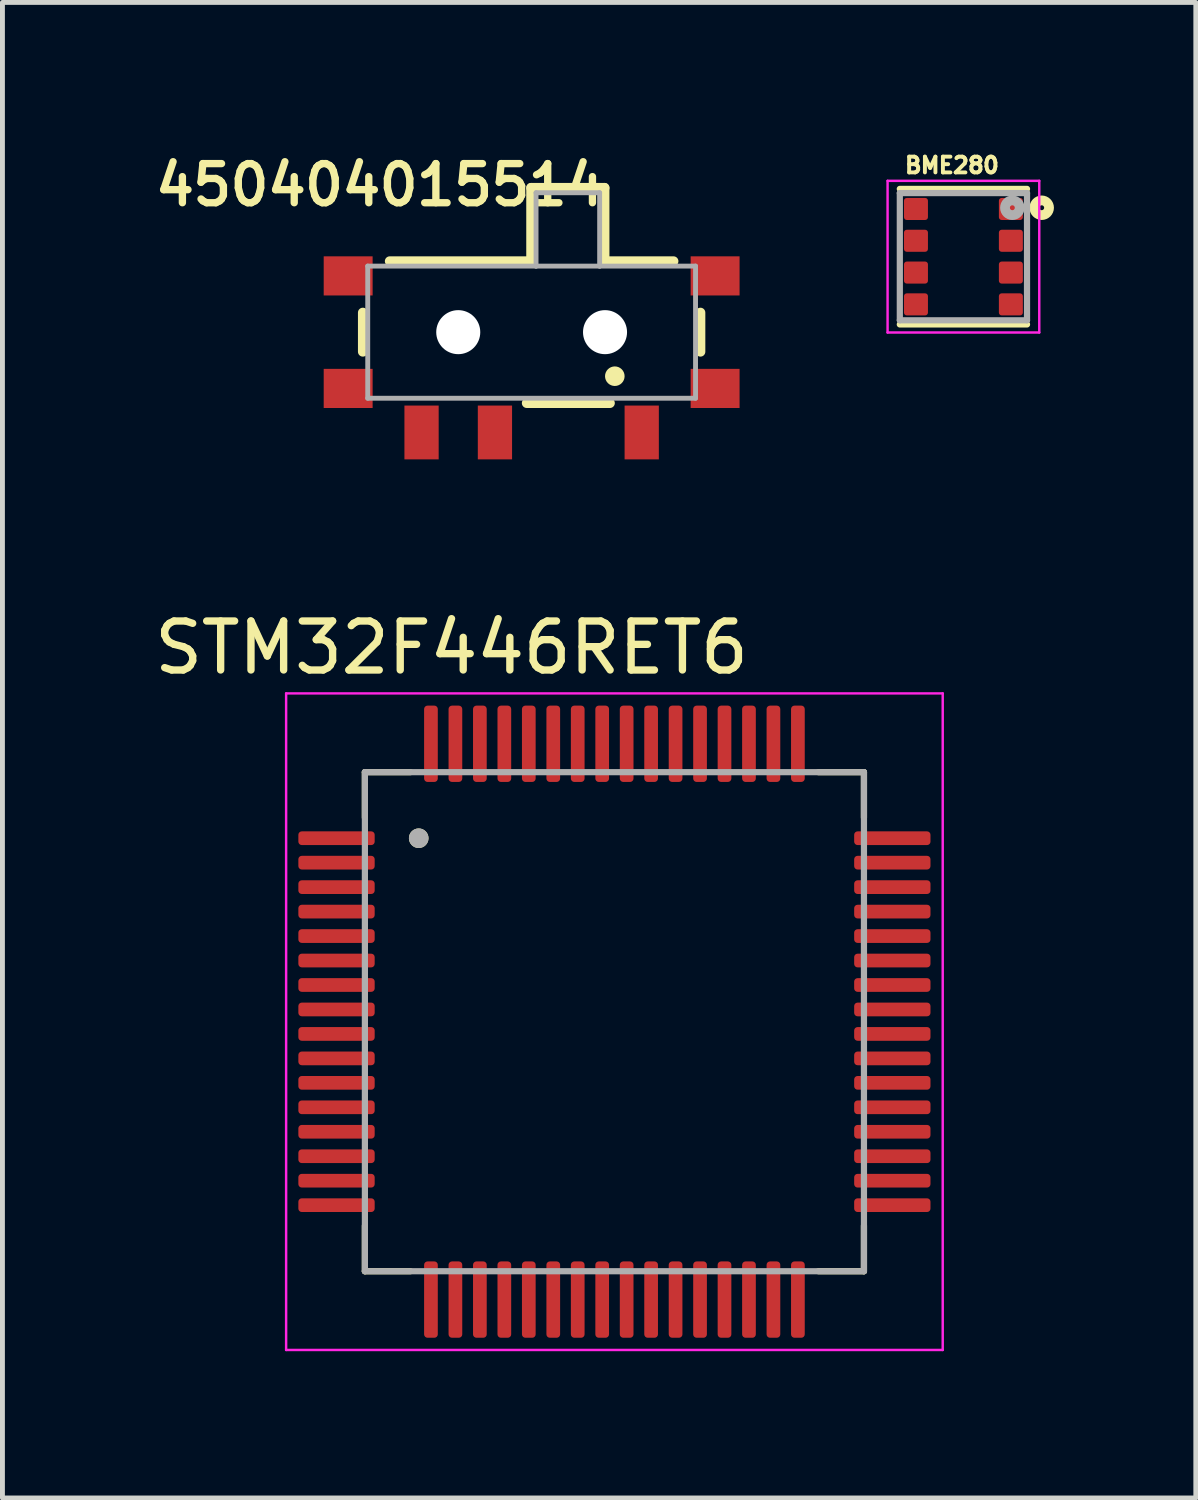
<source format=kicad_pcb>
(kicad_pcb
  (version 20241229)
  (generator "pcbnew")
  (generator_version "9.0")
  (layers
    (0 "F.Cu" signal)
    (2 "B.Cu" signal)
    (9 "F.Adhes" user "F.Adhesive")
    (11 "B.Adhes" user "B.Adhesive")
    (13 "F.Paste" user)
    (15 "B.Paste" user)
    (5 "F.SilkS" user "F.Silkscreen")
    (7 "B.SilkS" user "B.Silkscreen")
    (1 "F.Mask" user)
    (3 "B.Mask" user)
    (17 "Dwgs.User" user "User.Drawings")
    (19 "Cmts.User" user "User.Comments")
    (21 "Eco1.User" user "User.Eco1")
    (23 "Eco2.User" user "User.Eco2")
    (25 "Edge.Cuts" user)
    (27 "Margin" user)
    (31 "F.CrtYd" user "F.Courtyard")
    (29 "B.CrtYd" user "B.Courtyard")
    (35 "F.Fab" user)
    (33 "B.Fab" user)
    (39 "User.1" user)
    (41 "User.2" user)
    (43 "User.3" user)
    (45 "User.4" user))
  (footprint "450404015514"
    (layer "F.Cu")
    (at 7.816 3.739)
    (property "Reference" "450404015514" (at -3.1 -3.008 0) (layer "F.SilkS") (effects (font (size 0.8 0.8) (thickness 0.15))))
    (attr smd)
    (fp_line (start -3.45 -0.4) (end -3.45 0.4) (stroke (width 0.2) (type solid)) (layer "F.SilkS"))
    (fp_line (start -2.9 -1.45) (end -0.01 -1.45) (stroke (width 0.2) (type solid)) (layer "F.SilkS"))
    (fp_line (start -0.1 1.45) (end 1.6 1.45) (stroke (width 0.2) (type solid)) (layer "F.SilkS"))
    (fp_line (start -0.01 -2.95) (end 1.49 -2.95) (stroke (width 0.2) (type solid)) (layer "F.SilkS"))
    (fp_line (start -0.01 -1.45) (end -0.01 -2.95) (stroke (width 0.2) (type solid)) (layer "F.SilkS"))
    (fp_line (start 1.49 -2.95) (end 1.49 -1.45) (stroke (width 0.2) (type solid)) (layer "F.SilkS"))
    (fp_line (start 1.49 -1.45) (end 2.9 -1.45) (stroke (width 0.2) (type solid)) (layer "F.SilkS"))
    (fp_line (start 3.45 0.4) (end 3.45 -0.4) (stroke (width 0.2) (type solid)) (layer "F.SilkS"))
    (fp_circle (center 1.7 0.9) (end 1.8 0.9) (stroke (width 0.2) (type solid)) (fill no) (layer "F.SilkS"))
    (fp_line (start -3.35 -1.35) (end 0.09 -1.35) (stroke (width 0.1) (type solid)) (layer "F.Fab"))
    (fp_line (start -3.35 1.35) (end -3.35 -1.35) (stroke (width 0.1) (type solid)) (layer "F.Fab"))
    (fp_line (start 0.09 -2.85) (end 1.39 -2.85) (stroke (width 0.1) (type solid)) (layer "F.Fab"))
    (fp_line (start 0.09 -1.35) (end 0.09 -2.85) (stroke (width 0.1) (type solid)) (layer "F.Fab"))
    (fp_line (start 0.09 -1.35) (end 1.39 -1.35) (stroke (width 0.1) (type solid)) (layer "F.Fab"))
    (fp_line (start 1.39 -2.85) (end 1.39 -1.35) (stroke (width 0.1) (type solid)) (layer "F.Fab"))
    (fp_line (start 1.39 -1.35) (end 3.35 -1.35) (stroke (width 0.1) (type solid)) (layer "F.Fab"))
    (fp_line (start 3.35 -1.35) (end 3.35 1.35) (stroke (width 0.1) (type solid)) (layer "F.Fab"))
    (fp_line (start 3.35 1.35) (end -3.35 1.35) (stroke (width 0.1) (type solid)) (layer "F.Fab"))
    (pad "" np_thru_hole circle (at -1.5 0) (size 0.9 0.9) (drill 0.9) (layers "*.Cu" "*.Mask"))
    (pad "" np_thru_hole circle (at 1.5 0) (size 0.9 0.9) (drill 0.9) (layers "*.Cu" "*.Mask"))
    (pad "1" smd rect (at 2.25 2.05) (size 0.7 1.1) (layers "F.Cu" "F.Mask" "F.Paste"))
    (pad "2" smd rect (at -0.75 2.05) (size 0.7 1.1) (layers "F.Cu" "F.Mask" "F.Paste"))
    (pad "3" smd rect (at -2.25 2.05) (size 0.7 1.1) (layers "F.Cu" "F.Mask" "F.Paste"))
    (pad "Z1" smd rect (at -3.75 -1.15) (size 1 0.8) (layers "F.Cu" "F.Mask" "F.Paste"))
    (pad "Z2" smd rect (at 3.75 -1.15) (size 1 0.8) (layers "F.Cu" "F.Mask" "F.Paste"))
    (pad "Z3" smd rect (at 3.75 1.15) (size 1 0.8) (layers "F.Cu" "F.Mask" "F.Paste"))
    (pad "Z4" smd rect (at -3.75 1.15) (size 1 0.8) (layers "F.Cu" "F.Mask" "F.Paste")))
  (footprint "BME280"
    (layer "F.Cu")
    (at 16.641 2.196)
    (property "Reference" "BME280" (at -0.235 -1.867 0) (layer "F.SilkS") (effects (font (size 0.322 0.322) (thickness 0.08))))
    (attr smd)
    (fp_line (start -1.3 -1.385) (end 1.3 -1.385) (stroke (width 0.127) (type solid)) (layer "F.SilkS"))
    (fp_line (start -1.3 1.385) (end 1.3 1.385) (stroke (width 0.127) (type solid)) (layer "F.SilkS"))
    (fp_circle (center 1.6 -1) (end 1.65 -1) (stroke (width 0.2) (type solid)) (fill no) (layer "F.SilkS"))
    (fp_line (start -1.55 -1.55) (end 1.55 -1.55) (stroke (width 0.05) (type solid)) (layer "F.CrtYd"))
    (fp_line (start -1.55 1.55) (end -1.55 -1.55) (stroke (width 0.05) (type solid)) (layer "F.CrtYd"))
    (fp_line (start 1.55 -1.55) (end 1.55 1.55) (stroke (width 0.05) (type solid)) (layer "F.CrtYd"))
    (fp_line (start 1.55 1.55) (end -1.55 1.55) (stroke (width 0.05) (type solid)) (layer "F.CrtYd"))
    (fp_line (start -1.3 -1.3) (end -1.3 1.3) (stroke (width 0.127) (type solid)) (layer "F.Fab"))
    (fp_line (start -1.3 1.3) (end 1.3 1.3) (stroke (width 0.127) (type solid)) (layer "F.Fab"))
    (fp_line (start 1.3 -1.3) (end -1.3 -1.3) (stroke (width 0.127) (type solid)) (layer "F.Fab"))
    (fp_line (start 1.3 1.3) (end 1.3 -1.3) (stroke (width 0.127) (type solid)) (layer "F.Fab"))
    (fp_circle (center 1 -1) (end 1.05 -1) (stroke (width 0.2) (type solid)) (fill no) (layer "F.Fab"))
    (pad "1" smd roundrect (at 0.97 -0.975) (size 0.49 0.45) (layers "F.Cu" "F.Mask" "F.Paste") (roundrect_rratio 0.125))
    (pad "2" smd roundrect (at 0.97 -0.325) (size 0.49 0.45) (layers "F.Cu" "F.Mask" "F.Paste") (roundrect_rratio 0.125))
    (pad "3" smd roundrect (at 0.97 0.325) (size 0.49 0.45) (layers "F.Cu" "F.Mask" "F.Paste") (roundrect_rratio 0.125))
    (pad "4" smd roundrect (at 0.97 0.975) (size 0.49 0.45) (layers "F.Cu" "F.Mask" "F.Paste") (roundrect_rratio 0.125))
    (pad "5" smd roundrect (at -0.97 0.975) (size 0.49 0.45) (layers "F.Cu" "F.Mask" "F.Paste") (roundrect_rratio 0.125))
    (pad "6" smd roundrect (at -0.97 0.325) (size 0.49 0.45) (layers "F.Cu" "F.Mask" "F.Paste") (roundrect_rratio 0.125))
    (pad "7" smd roundrect (at -0.97 -0.325) (size 0.49 0.45) (layers "F.Cu" "F.Mask" "F.Paste") (roundrect_rratio 0.125))
    (pad "8" smd roundrect (at -0.97 -0.975) (size 0.49 0.45) (layers "F.Cu" "F.Mask" "F.Paste") (roundrect_rratio 0.125)))
  (footprint "STM32F446RET6"
    (layer "F.Cu")
    (at 9.508 17.832)
    (property "Reference" "STM32F446RET6" (at -3.329 -7.644 0) (layer "F.SilkS") (effects (font (size 1.001 1.001) (thickness 0.15))))
    (attr smd)
    (fp_line (start -5.1 -5.1) (end -5.1 -4.17) (stroke (width 0.127) (type solid)) (layer "F.SilkS"))
    (fp_line (start -5.1 -5.1) (end -4.17 -5.1) (stroke (width 0.127) (type solid)) (layer "F.SilkS"))
    (fp_line (start -5.1 5.1) (end -5.1 4.17) (stroke (width 0.127) (type solid)) (layer "F.SilkS"))
    (fp_line (start -5.1 5.1) (end -4.17 5.1) (stroke (width 0.127) (type solid)) (layer "F.SilkS"))
    (fp_line (start 5.1 -5.1) (end 4.17 -5.1) (stroke (width 0.127) (type solid)) (layer "F.SilkS"))
    (fp_line (start 5.1 -5.1) (end 5.1 -4.17) (stroke (width 0.127) (type solid)) (layer "F.SilkS"))
    (fp_line (start 5.1 5.1) (end 4.17 5.1) (stroke (width 0.127) (type solid)) (layer "F.SilkS"))
    (fp_line (start 5.1 5.1) (end 5.1 4.17) (stroke (width 0.127) (type solid)) (layer "F.SilkS"))
    (fp_circle (center -4 -3.75) (end -3.9 -3.75) (stroke (width 0.2) (type solid)) (fill no) (layer "F.SilkS"))
    (fp_line (start -6.71 -6.71) (end 6.71 -6.71) (stroke (width 0.05) (type solid)) (layer "F.CrtYd"))
    (fp_line (start -6.71 6.71) (end -6.71 -6.71) (stroke (width 0.05) (type solid)) (layer "F.CrtYd"))
    (fp_line (start -6.71 6.71) (end 6.71 6.71) (stroke (width 0.05) (type solid)) (layer "F.CrtYd"))
    (fp_line (start 6.71 6.71) (end 6.71 -6.71) (stroke (width 0.05) (type solid)) (layer "F.CrtYd"))
    (fp_line (start -5.1 -5.1) (end 5.1 -5.1) (stroke (width 0.127) (type solid)) (layer "F.Fab"))
    (fp_line (start -5.1 5.1) (end -5.1 -5.1) (stroke (width 0.127) (type solid)) (layer "F.Fab"))
    (fp_line (start -5.1 5.1) (end 5.1 5.1) (stroke (width 0.127) (type solid)) (layer "F.Fab"))
    (fp_line (start 5.1 5.1) (end 5.1 -5.1) (stroke (width 0.127) (type solid)) (layer "F.Fab"))
    (fp_circle (center -4 -3.75) (end -3.9 -3.75) (stroke (width 0.2) (type solid)) (fill no) (layer "F.Fab"))
    (pad "1" smd roundrect (at -5.68 -3.75) (size 1.56 0.28) (layers "F.Cu" "F.Mask" "F.Paste") (roundrect_rratio 0.25))
    (pad "2" smd roundrect (at -5.68 -3.25) (size 1.56 0.28) (layers "F.Cu" "F.Mask" "F.Paste") (roundrect_rratio 0.25))
    (pad "3" smd roundrect (at -5.68 -2.75) (size 1.56 0.28) (layers "F.Cu" "F.Mask" "F.Paste") (roundrect_rratio 0.25))
    (pad "4" smd roundrect (at -5.68 -2.25) (size 1.56 0.28) (layers "F.Cu" "F.Mask" "F.Paste") (roundrect_rratio 0.25))
    (pad "5" smd roundrect (at -5.68 -1.75) (size 1.56 0.28) (layers "F.Cu" "F.Mask" "F.Paste") (roundrect_rratio 0.25))
    (pad "6" smd roundrect (at -5.68 -1.25) (size 1.56 0.28) (layers "F.Cu" "F.Mask" "F.Paste") (roundrect_rratio 0.25))
    (pad "7" smd roundrect (at -5.68 -0.75) (size 1.56 0.28) (layers "F.Cu" "F.Mask" "F.Paste") (roundrect_rratio 0.25))
    (pad "8" smd roundrect (at -5.68 -0.25) (size 1.56 0.28) (layers "F.Cu" "F.Mask" "F.Paste") (roundrect_rratio 0.25))
    (pad "9" smd roundrect (at -5.68 0.25) (size 1.56 0.28) (layers "F.Cu" "F.Mask" "F.Paste") (roundrect_rratio 0.25))
    (pad "10" smd roundrect (at -5.68 0.75) (size 1.56 0.28) (layers "F.Cu" "F.Mask" "F.Paste") (roundrect_rratio 0.25))
    (pad "11" smd roundrect (at -5.68 1.25) (size 1.56 0.28) (layers "F.Cu" "F.Mask" "F.Paste") (roundrect_rratio 0.25))
    (pad "12" smd roundrect (at -5.68 1.75) (size 1.56 0.28) (layers "F.Cu" "F.Mask" "F.Paste") (roundrect_rratio 0.25))
    (pad "13" smd roundrect (at -5.68 2.25) (size 1.56 0.28) (layers "F.Cu" "F.Mask" "F.Paste") (roundrect_rratio 0.25))
    (pad "14" smd roundrect (at -5.68 2.75) (size 1.56 0.28) (layers "F.Cu" "F.Mask" "F.Paste") (roundrect_rratio 0.25))
    (pad "15" smd roundrect (at -5.68 3.25) (size 1.56 0.28) (layers "F.Cu" "F.Mask" "F.Paste") (roundrect_rratio 0.25))
    (pad "16" smd roundrect (at -5.68 3.75) (size 1.56 0.28) (layers "F.Cu" "F.Mask" "F.Paste") (roundrect_rratio 0.25))
    (pad "17" smd roundrect (at -3.75 5.68) (size 0.28 1.56) (layers "F.Cu" "F.Mask" "F.Paste") (roundrect_rratio 0.25))
    (pad "18" smd roundrect (at -3.25 5.68) (size 0.28 1.56) (layers "F.Cu" "F.Mask" "F.Paste") (roundrect_rratio 0.25))
    (pad "19" smd roundrect (at -2.75 5.68) (size 0.28 1.56) (layers "F.Cu" "F.Mask" "F.Paste") (roundrect_rratio 0.25))
    (pad "20" smd roundrect (at -2.25 5.68) (size 0.28 1.56) (layers "F.Cu" "F.Mask" "F.Paste") (roundrect_rratio 0.25))
    (pad "21" smd roundrect (at -1.75 5.68) (size 0.28 1.56) (layers "F.Cu" "F.Mask" "F.Paste") (roundrect_rratio 0.25))
    (pad "22" smd roundrect (at -1.25 5.68) (size 0.28 1.56) (layers "F.Cu" "F.Mask" "F.Paste") (roundrect_rratio 0.25))
    (pad "23" smd roundrect (at -0.75 5.68) (size 0.28 1.56) (layers "F.Cu" "F.Mask" "F.Paste") (roundrect_rratio 0.25))
    (pad "24" smd roundrect (at -0.25 5.68) (size 0.28 1.56) (layers "F.Cu" "F.Mask" "F.Paste") (roundrect_rratio 0.25))
    (pad "25" smd roundrect (at 0.25 5.68) (size 0.28 1.56) (layers "F.Cu" "F.Mask" "F.Paste") (roundrect_rratio 0.25))
    (pad "26" smd roundrect (at 0.75 5.68) (size 0.28 1.56) (layers "F.Cu" "F.Mask" "F.Paste") (roundrect_rratio 0.25))
    (pad "27" smd roundrect (at 1.25 5.68) (size 0.28 1.56) (layers "F.Cu" "F.Mask" "F.Paste") (roundrect_rratio 0.25))
    (pad "28" smd roundrect (at 1.75 5.68) (size 0.28 1.56) (layers "F.Cu" "F.Mask" "F.Paste") (roundrect_rratio 0.25))
    (pad "29" smd roundrect (at 2.25 5.68) (size 0.28 1.56) (layers "F.Cu" "F.Mask" "F.Paste") (roundrect_rratio 0.25))
    (pad "30" smd roundrect (at 2.75 5.68) (size 0.28 1.56) (layers "F.Cu" "F.Mask" "F.Paste") (roundrect_rratio 0.25))
    (pad "31" smd roundrect (at 3.25 5.68) (size 0.28 1.56) (layers "F.Cu" "F.Mask" "F.Paste") (roundrect_rratio 0.25))
    (pad "32" smd roundrect (at 3.75 5.68) (size 0.28 1.56) (layers "F.Cu" "F.Mask" "F.Paste") (roundrect_rratio 0.25))
    (pad "33" smd roundrect (at 5.68 3.75) (size 1.56 0.28) (layers "F.Cu" "F.Mask" "F.Paste") (roundrect_rratio 0.25))
    (pad "34" smd roundrect (at 5.68 3.25) (size 1.56 0.28) (layers "F.Cu" "F.Mask" "F.Paste") (roundrect_rratio 0.25))
    (pad "35" smd roundrect (at 5.68 2.75) (size 1.56 0.28) (layers "F.Cu" "F.Mask" "F.Paste") (roundrect_rratio 0.25))
    (pad "36" smd roundrect (at 5.68 2.25) (size 1.56 0.28) (layers "F.Cu" "F.Mask" "F.Paste") (roundrect_rratio 0.25))
    (pad "37" smd roundrect (at 5.68 1.75) (size 1.56 0.28) (layers "F.Cu" "F.Mask" "F.Paste") (roundrect_rratio 0.25))
    (pad "38" smd roundrect (at 5.68 1.25) (size 1.56 0.28) (layers "F.Cu" "F.Mask" "F.Paste") (roundrect_rratio 0.25))
    (pad "39" smd roundrect (at 5.68 0.75) (size 1.56 0.28) (layers "F.Cu" "F.Mask" "F.Paste") (roundrect_rratio 0.25))
    (pad "40" smd roundrect (at 5.68 0.25) (size 1.56 0.28) (layers "F.Cu" "F.Mask" "F.Paste") (roundrect_rratio 0.25))
    (pad "41" smd roundrect (at 5.68 -0.25) (size 1.56 0.28) (layers "F.Cu" "F.Mask" "F.Paste") (roundrect_rratio 0.25))
    (pad "42" smd roundrect (at 5.68 -0.75) (size 1.56 0.28) (layers "F.Cu" "F.Mask" "F.Paste") (roundrect_rratio 0.25))
    (pad "43" smd roundrect (at 5.68 -1.25) (size 1.56 0.28) (layers "F.Cu" "F.Mask" "F.Paste") (roundrect_rratio 0.25))
    (pad "44" smd roundrect (at 5.68 -1.75) (size 1.56 0.28) (layers "F.Cu" "F.Mask" "F.Paste") (roundrect_rratio 0.25))
    (pad "45" smd roundrect (at 5.68 -2.25) (size 1.56 0.28) (layers "F.Cu" "F.Mask" "F.Paste") (roundrect_rratio 0.25))
    (pad "46" smd roundrect (at 5.68 -2.75) (size 1.56 0.28) (layers "F.Cu" "F.Mask" "F.Paste") (roundrect_rratio 0.25))
    (pad "47" smd roundrect (at 5.68 -3.25) (size 1.56 0.28) (layers "F.Cu" "F.Mask" "F.Paste") (roundrect_rratio 0.25))
    (pad "48" smd roundrect (at 5.68 -3.75) (size 1.56 0.28) (layers "F.Cu" "F.Mask" "F.Paste") (roundrect_rratio 0.25))
    (pad "49" smd roundrect (at 3.75 -5.68) (size 0.28 1.56) (layers "F.Cu" "F.Mask" "F.Paste") (roundrect_rratio 0.25))
    (pad "50" smd roundrect (at 3.25 -5.68) (size 0.28 1.56) (layers "F.Cu" "F.Mask" "F.Paste") (roundrect_rratio 0.25))
    (pad "51" smd roundrect (at 2.75 -5.68) (size 0.28 1.56) (layers "F.Cu" "F.Mask" "F.Paste") (roundrect_rratio 0.25))
    (pad "52" smd roundrect (at 2.25 -5.68) (size 0.28 1.56) (layers "F.Cu" "F.Mask" "F.Paste") (roundrect_rratio 0.25))
    (pad "53" smd roundrect (at 1.75 -5.68) (size 0.28 1.56) (layers "F.Cu" "F.Mask" "F.Paste") (roundrect_rratio 0.25))
    (pad "54" smd roundrect (at 1.25 -5.68) (size 0.28 1.56) (layers "F.Cu" "F.Mask" "F.Paste") (roundrect_rratio 0.25))
    (pad "55" smd roundrect (at 0.75 -5.68) (size 0.28 1.56) (layers "F.Cu" "F.Mask" "F.Paste") (roundrect_rratio 0.25))
    (pad "56" smd roundrect (at 0.25 -5.68) (size 0.28 1.56) (layers "F.Cu" "F.Mask" "F.Paste") (roundrect_rratio 0.25))
    (pad "57" smd roundrect (at -0.25 -5.68) (size 0.28 1.56) (layers "F.Cu" "F.Mask" "F.Paste") (roundrect_rratio 0.25))
    (pad "58" smd roundrect (at -0.75 -5.68) (size 0.28 1.56) (layers "F.Cu" "F.Mask" "F.Paste") (roundrect_rratio 0.25))
    (pad "59" smd roundrect (at -1.25 -5.68) (size 0.28 1.56) (layers "F.Cu" "F.Mask" "F.Paste") (roundrect_rratio 0.25))
    (pad "60" smd roundrect (at -1.75 -5.68) (size 0.28 1.56) (layers "F.Cu" "F.Mask" "F.Paste") (roundrect_rratio 0.25))
    (pad "61" smd roundrect (at -2.25 -5.68) (size 0.28 1.56) (layers "F.Cu" "F.Mask" "F.Paste") (roundrect_rratio 0.25))
    (pad "62" smd roundrect (at -2.75 -5.68) (size 0.28 1.56) (layers "F.Cu" "F.Mask" "F.Paste") (roundrect_rratio 0.25))
    (pad "63" smd roundrect (at -3.25 -5.68) (size 0.28 1.56) (layers "F.Cu" "F.Mask" "F.Paste") (roundrect_rratio 0.25))
    (pad "64" smd roundrect (at -3.75 -5.68) (size 0.28 1.56) (layers "F.Cu" "F.Mask" "F.Paste") (roundrect_rratio 0.25)))
  (gr_rect
    (start -3 -3)
    (end 21.391 27.567)
    (stroke (width 0.1) (type default))
    (fill no)
    (layer "Edge.Cuts")))
</source>
